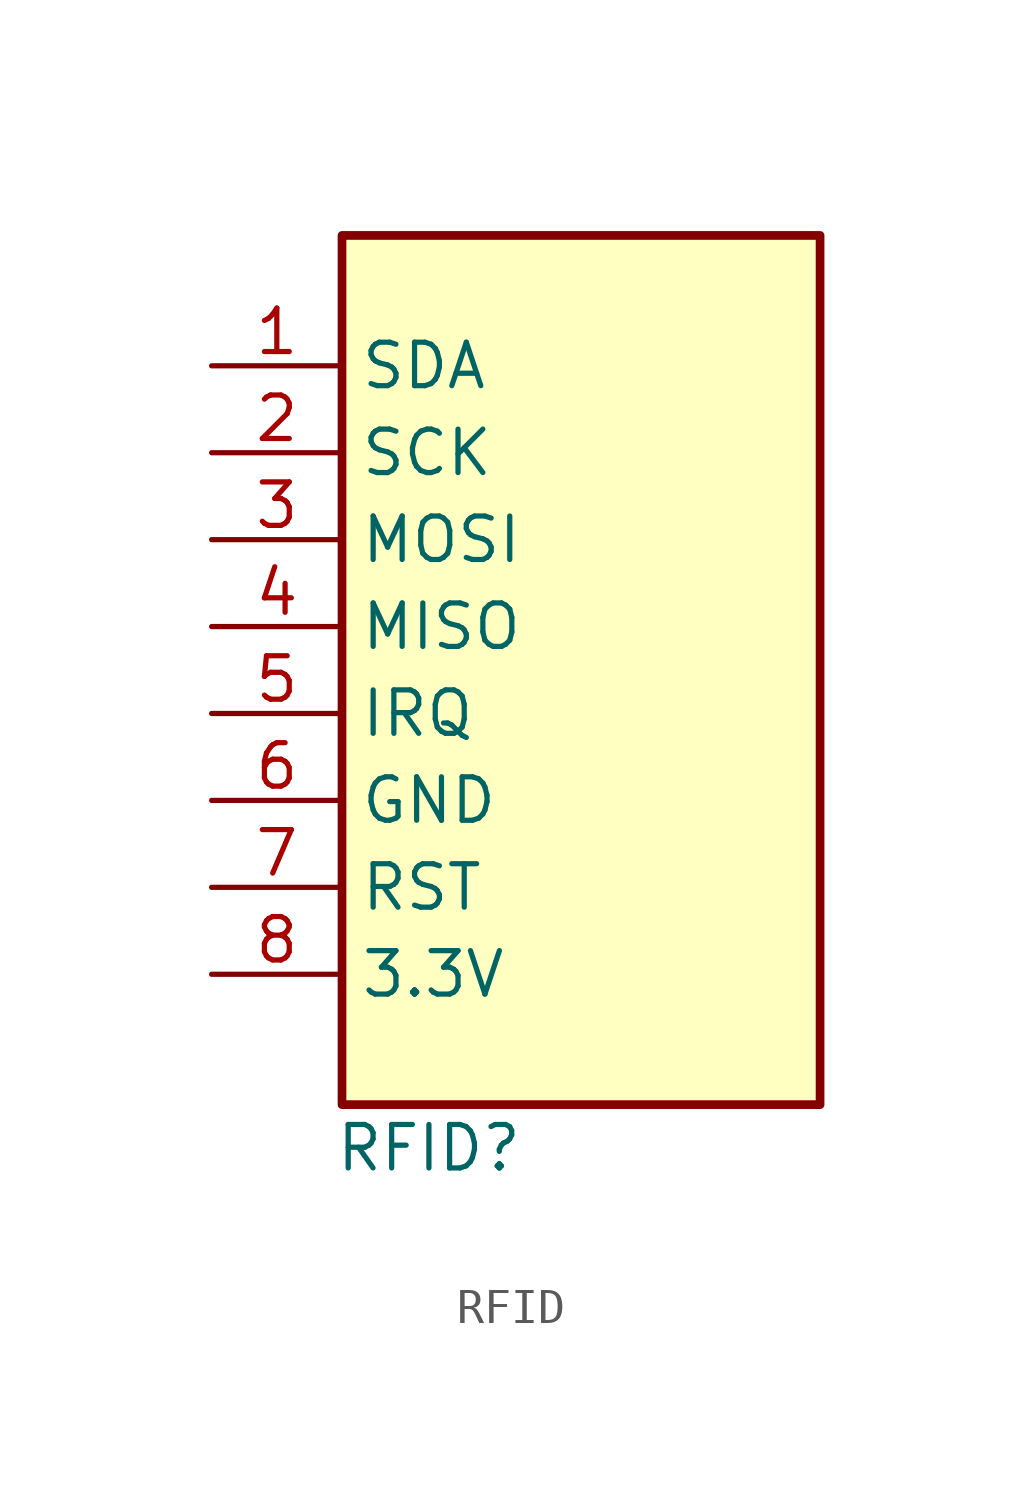
<source format=kicad_sym>
(kicad_symbol_lib
  (version 20220914)
  (generator kicad_symbol_editor)
  (symbol "RFID"
    (property "Reference" "RFID"
      (at 2.54 -3.81 0)
      (effects (font (size 1.27 1.27))))
    (property "Value" ""
      (at 0 0 0)
      (effects (font (size 1.27 1.27))))
    (symbol "RFID_1_1"
      (rectangle (start 0 22.86) (end 13.97 -2.54) (stroke (width 0.254) (type default)) (fill (type background)))
      (pin passive line (at -3.81 19.05 0) (length 3.81) (name "SDA" (effects (font (size 1.27 1.27)))) (number "1" (effects (font (size 1.27 1.27)))))
      (pin passive line (at -3.81 16.51 0) (length 3.81) (name "SCK" (effects (font (size 1.27 1.27)))) (number "2" (effects (font (size 1.27 1.27)))))
      (pin passive line (at -3.81 13.97 0) (length 3.81) (name "MOSI" (effects (font (size 1.27 1.27)))) (number "3" (effects (font (size 1.27 1.27)))))
      (pin passive line (at -3.81 11.43 0) (length 3.81) (name "MISO" (effects (font (size 1.27 1.27)))) (number "4" (effects (font (size 1.27 1.27)))))
      (pin passive line (at -3.81 8.89 0) (length 3.81) (name "IRQ" (effects (font (size 1.27 1.27)))) (number "5" (effects (font (size 1.27 1.27)))))
      (pin passive line (at -3.81 6.35 0) (length 3.81) (name "GND" (effects (font (size 1.27 1.27)))) (number "6" (effects (font (size 1.27 1.27)))))
      (pin passive line (at -3.81 3.81 0) (length 3.81) (name "RST" (effects (font (size 1.27 1.27)))) (number "7" (effects (font (size 1.27 1.27)))))
      (pin passive line (at -3.81 1.27 0) (length 3.81) (name "3.3V" (effects (font (size 1.27 1.27)))) (number "8" (effects (font (size 1.27 1.27))))))))
</source>
